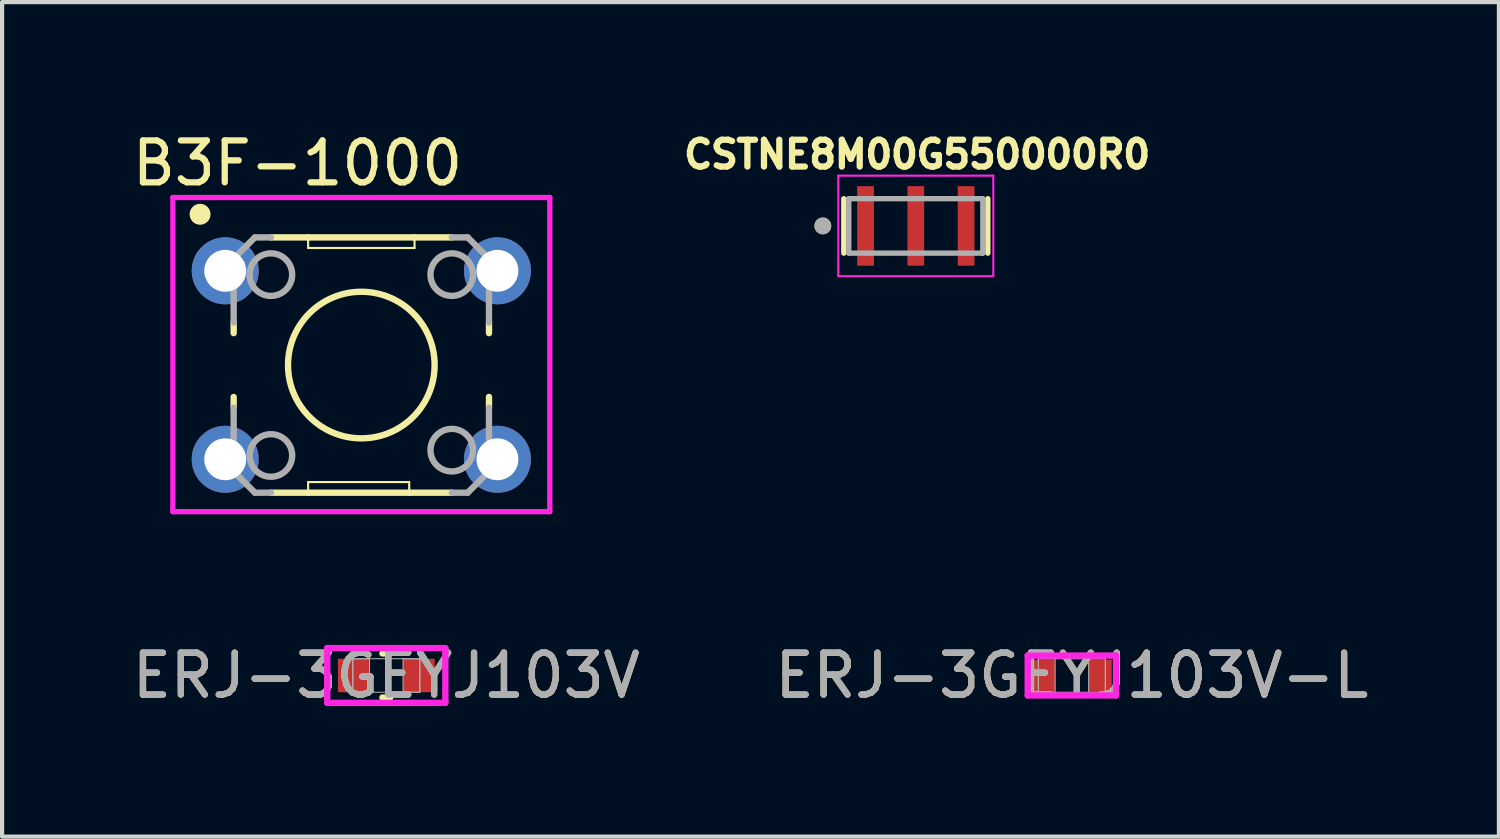
<source format=kicad_pcb>
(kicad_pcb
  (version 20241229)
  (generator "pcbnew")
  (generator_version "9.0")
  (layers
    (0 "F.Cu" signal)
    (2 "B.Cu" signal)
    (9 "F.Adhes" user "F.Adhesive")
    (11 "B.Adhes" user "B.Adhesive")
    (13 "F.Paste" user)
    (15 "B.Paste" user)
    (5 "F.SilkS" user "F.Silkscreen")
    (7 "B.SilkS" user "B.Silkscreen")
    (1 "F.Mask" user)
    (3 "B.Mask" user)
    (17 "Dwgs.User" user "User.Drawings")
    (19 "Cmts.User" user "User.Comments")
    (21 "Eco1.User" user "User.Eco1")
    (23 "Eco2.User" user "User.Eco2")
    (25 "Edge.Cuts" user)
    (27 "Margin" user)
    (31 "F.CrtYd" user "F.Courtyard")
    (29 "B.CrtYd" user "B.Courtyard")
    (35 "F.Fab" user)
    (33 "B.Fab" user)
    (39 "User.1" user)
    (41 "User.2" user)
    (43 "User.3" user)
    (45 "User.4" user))
  (footprint "ERJ-3GEYJ103V-L"
    (layer "F.Cu")
    (at 22.542 13.078)
    (property "Reference" "ERJ-3GEYJ103V-L" (at 0 0 0) (unlocked yes) (layer "F.SilkS") (effects (font (size 1 1) (thickness 0.15))))
    (attr smd)
    (fp_line (start -1.054 -0.476) (end 1.054 -0.476) (stroke (width 0.152) (type solid)) (layer "F.CrtYd"))
    (fp_line (start -1.054 0.476) (end -1.054 -0.476) (stroke (width 0.152) (type solid)) (layer "F.CrtYd"))
    (fp_line (start 1.054 -0.476) (end 1.054 0.476) (stroke (width 0.152) (type solid)) (layer "F.CrtYd"))
    (fp_line (start 1.054 0.476) (end -1.054 0.476) (stroke (width 0.152) (type solid)) (layer "F.CrtYd"))
    (fp_line (start -0.8 -0.4) (end -0.8 0.4) (stroke (width 0.025) (type solid)) (layer "F.Fab"))
    (fp_line (start -0.8 -0.4) (end -0.8 0.4) (stroke (width 0.025) (type solid)) (layer "F.Fab"))
    (fp_line (start -0.8 0.4) (end -0.4 0.4) (stroke (width 0.025) (type solid)) (layer "F.Fab"))
    (fp_line (start -0.8 0.4) (end 0.8 0.4) (stroke (width 0.025) (type solid)) (layer "F.Fab"))
    (fp_line (start -0.4 -0.4) (end -0.8 -0.4) (stroke (width 0.025) (type solid)) (layer "F.Fab"))
    (fp_line (start -0.4 0.4) (end -0.4 -0.4) (stroke (width 0.025) (type solid)) (layer "F.Fab"))
    (fp_line (start 0.4 -0.4) (end 0.4 0.4) (stroke (width 0.025) (type solid)) (layer "F.Fab"))
    (fp_line (start 0.4 0.4) (end 0.8 0.4) (stroke (width 0.025) (type solid)) (layer "F.Fab"))
    (fp_line (start 0.8 -0.4) (end -0.8 -0.4) (stroke (width 0.025) (type solid)) (layer "F.Fab"))
    (fp_line (start 0.8 -0.4) (end 0.4 -0.4) (stroke (width 0.025) (type solid)) (layer "F.Fab"))
    (fp_line (start 0.8 0.4) (end 0.8 -0.4) (stroke (width 0.025) (type solid)) (layer "F.Fab"))
    (fp_line (start 0.8 0.4) (end 0.8 -0.4) (stroke (width 0.025) (type solid)) (layer "F.Fab"))
    (fp_text user "${REFERENCE}" (at 0 0 0) (unlocked yes) (layer "F.Fab") (effects (font (size 1 1) (thickness 0.15))))
    (pad "1" smd rect (at -0.676 0) (size 0.552 0.749) (layers "F.Cu" "F.Mask" "F.Paste"))
    (pad "2" smd rect (at 0.676 0) (size 0.552 0.749) (layers "F.Cu" "F.Mask" "F.Paste"))
    (zone (net_name "") (layer "F.Cu") (hatch full 0.508) (connect_pads) (min_thickness 0.254) (filled_areas_thickness no) (keepout (tracks not_allowed) (vias not_allowed) (pads allowed) (copperpour not_allowed) (footprints allowed)) (placement (enabled no)) (fill) (polygon (pts (xy 22.192 12.729) (xy 22.891 12.729) (xy 22.891 13.427) (xy 22.192 13.427)))))
  (footprint "B3F-1000"
    (layer "F.Cu")
    (at 5.577 5.666)
    (property "Reference" "B3F-1000" (at -1.523 -4.818 0) (layer "F.SilkS") (effects (font (size 1 1) (thickness 0.15))))
    (attr through_hole)
    (fp_line (start -3.048 -0.762) (end -3.048 -1.016) (stroke (width 0.152) (type solid)) (layer "F.SilkS"))
    (fp_line (start -3.048 0.762) (end -3.048 1.016) (stroke (width 0.152) (type solid)) (layer "F.SilkS"))
    (fp_line (start -2.159 3.048) (end -1.27 3.048) (stroke (width 0.152) (type solid)) (layer "F.SilkS"))
    (fp_line (start -1.27 -3.048) (end -2.159 -3.048) (stroke (width 0.152) (type solid)) (layer "F.SilkS"))
    (fp_line (start -1.27 -3.048) (end -1.27 -2.794) (stroke (width 0.051) (type solid)) (layer "F.SilkS"))
    (fp_line (start -1.27 2.794) (end -1.27 3.048) (stroke (width 0.051) (type solid)) (layer "F.SilkS"))
    (fp_line (start -1.27 3.048) (end 1.143 3.048) (stroke (width 0.152) (type solid)) (layer "F.SilkS"))
    (fp_line (start 1.143 2.794) (end -1.27 2.794) (stroke (width 0.051) (type solid)) (layer "F.SilkS"))
    (fp_line (start 1.143 2.794) (end 1.143 3.048) (stroke (width 0.051) (type solid)) (layer "F.SilkS"))
    (fp_line (start 1.143 3.048) (end 2.159 3.048) (stroke (width 0.152) (type solid)) (layer "F.SilkS"))
    (fp_line (start 1.27 -3.048) (end -1.27 -3.048) (stroke (width 0.152) (type solid)) (layer "F.SilkS"))
    (fp_line (start 1.27 -2.794) (end -1.27 -2.794) (stroke (width 0.051) (type solid)) (layer "F.SilkS"))
    (fp_line (start 1.27 -2.794) (end 1.27 -3.048) (stroke (width 0.051) (type solid)) (layer "F.SilkS"))
    (fp_line (start 2.159 -3.048) (end 1.27 -3.048) (stroke (width 0.152) (type solid)) (layer "F.SilkS"))
    (fp_line (start 3.048 -0.762) (end 3.048 -1.016) (stroke (width 0.152) (type solid)) (layer "F.SilkS"))
    (fp_line (start 3.048 0.762) (end 3.048 1.016) (stroke (width 0.152) (type solid)) (layer "F.SilkS"))
    (fp_circle (center -3.85 -3.6) (end -3.6 -3.6) (stroke (width 0) (type solid)) (fill yes) (layer "F.SilkS"))
    (fp_circle (center 0 0) (end 1.75 0) (stroke (width 0.152) (type solid)) (fill no) (layer "F.SilkS"))
    (fp_line (start -4.5 -4) (end 4.5 -4) (stroke (width 0.127) (type solid)) (layer "F.CrtYd"))
    (fp_line (start -4.5 3.5) (end -4.5 -4) (stroke (width 0.127) (type solid)) (layer "F.CrtYd"))
    (fp_line (start 4.5 -4) (end 4.5 3.5) (stroke (width 0.127) (type solid)) (layer "F.CrtYd"))
    (fp_line (start 4.5 3.5) (end -4.5 3.5) (stroke (width 0.127) (type solid)) (layer "F.CrtYd"))
    (fp_line (start -3.048 -2.54) (end -3.048 -1.016) (stroke (width 0.152) (type solid)) (layer "F.Fab"))
    (fp_line (start -3.048 2.54) (end -3.048 1.016) (stroke (width 0.152) (type solid)) (layer "F.Fab"))
    (fp_line (start -2.54 -3.048) (end -3.048 -2.54) (stroke (width 0.152) (type solid)) (layer "F.Fab"))
    (fp_line (start -2.54 -3.048) (end -2.159 -3.048) (stroke (width 0.152) (type solid)) (layer "F.Fab"))
    (fp_line (start -2.54 3.048) (end -3.048 2.54) (stroke (width 0.152) (type solid)) (layer "F.Fab"))
    (fp_line (start -2.54 3.048) (end -2.159 3.048) (stroke (width 0.152) (type solid)) (layer "F.Fab"))
    (fp_line (start 2.54 -3.048) (end 2.159 -3.048) (stroke (width 0.152) (type solid)) (layer "F.Fab"))
    (fp_line (start 2.54 3.048) (end 2.159 3.048) (stroke (width 0.152) (type solid)) (layer "F.Fab"))
    (fp_line (start 2.54 3.048) (end 3.048 2.54) (stroke (width 0.152) (type solid)) (layer "F.Fab"))
    (fp_line (start 3.048 -2.54) (end 2.54 -3.048) (stroke (width 0.152) (type solid)) (layer "F.Fab"))
    (fp_line (start 3.048 -1.016) (end 3.048 -2.54) (stroke (width 0.152) (type solid)) (layer "F.Fab"))
    (fp_line (start 3.048 2.54) (end 3.048 1.016) (stroke (width 0.152) (type solid)) (layer "F.Fab"))
    (fp_circle (center -2.159 -2.159) (end -1.651 -2.159) (stroke (width 0.152) (type solid)) (fill no) (layer "F.Fab"))
    (fp_circle (center -2.159 2.159) (end -1.651 2.159) (stroke (width 0.152) (type solid)) (fill no) (layer "F.Fab"))
    (fp_circle (center 2.159 -2.159) (end 2.667 -2.159) (stroke (width 0.152) (type solid)) (fill no) (layer "F.Fab"))
    (fp_circle (center 2.159 2.032) (end 2.667 2.032) (stroke (width 0.152) (type solid)) (fill no) (layer "F.Fab"))
    (pad "1" thru_hole circle (at -3.25 -2.25) (size 1.6 1.6) (drill 1) (layers "*.Cu" "*.Mask"))
    (pad "2" thru_hole circle (at 3.25 -2.25) (size 1.6 1.6) (drill 1) (layers "*.Cu" "*.Mask"))
    (pad "3" thru_hole circle (at -3.25 2.25) (size 1.6 1.6) (drill 1) (layers "*.Cu" "*.Mask"))
    (pad "4" thru_hole circle (at 3.25 2.25) (size 1.6 1.6) (drill 1) (layers "*.Cu" "*.Mask")))
  (footprint "CSTNE8M00G550000R0"
    (layer "F.Cu")
    (at 18.816 2.344)
    (property "Reference" "CSTNE8M00G550000R0" (at 0.032 -1.706 0) (layer "F.SilkS") (effects (font (size 0.64 0.64) (thickness 0.15))))
    (attr smd)
    (fp_line (start -1.72 -0.65) (end -1.72 0.65) (stroke (width 0.127) (type solid)) (layer "F.SilkS"))
    (fp_line (start 1.72 -0.65) (end 1.72 0.65) (stroke (width 0.127) (type solid)) (layer "F.SilkS"))
    (fp_circle (center -2.22 0) (end -2.12 0) (stroke (width 0.2) (type solid)) (fill no) (layer "F.SilkS"))
    (fp_line (start -1.85 -1.2) (end 1.85 -1.2) (stroke (width 0.05) (type solid)) (layer "F.CrtYd"))
    (fp_line (start -1.85 1.2) (end -1.85 -1.2) (stroke (width 0.05) (type solid)) (layer "F.CrtYd"))
    (fp_line (start 1.85 -1.2) (end 1.85 1.2) (stroke (width 0.05) (type solid)) (layer "F.CrtYd"))
    (fp_line (start 1.85 1.2) (end -1.85 1.2) (stroke (width 0.05) (type solid)) (layer "F.CrtYd"))
    (fp_line (start -1.6 -0.65) (end -1.6 0.65) (stroke (width 0.127) (type solid)) (layer "F.Fab"))
    (fp_line (start -1.6 -0.65) (end 1.6 -0.65) (stroke (width 0.127) (type solid)) (layer "F.Fab"))
    (fp_line (start 1.6 -0.65) (end 1.6 0.65) (stroke (width 0.127) (type solid)) (layer "F.Fab"))
    (fp_line (start 1.6 0.65) (end -1.6 0.65) (stroke (width 0.127) (type solid)) (layer "F.Fab"))
    (fp_circle (center -2.22 0) (end -2.12 0) (stroke (width 0.2) (type solid)) (fill no) (layer "F.Fab"))
    (pad "1" smd rect (at -1.2 0) (size 0.4 1.9) (layers "F.Cu" "F.Mask" "F.Paste"))
    (pad "2" smd rect (at 0 0) (size 0.4 1.9) (layers "F.Cu" "F.Mask" "F.Paste"))
    (pad "3" smd rect (at 1.2 0) (size 0.4 1.9) (layers "F.Cu" "F.Mask" "F.Paste")))
  (footprint "ERJ-3GEYJ103V"
    (layer "F.Cu")
    (at 6.173 13.078)
    (property "Reference" "ERJ-3GEYJ103V" (at 0 0 0) (unlocked yes) (layer "F.SilkS") (effects (font (size 1 1) (thickness 0.15))))
    (attr smd)
    (fp_line (start -0.092 0.527) (end 0.092 0.527) (stroke (width 0.152) (type solid)) (layer "F.SilkS"))
    (fp_line (start 0.092 -0.527) (end -0.092 -0.527) (stroke (width 0.152) (type solid)) (layer "F.SilkS"))
    (fp_line (start -1.41 -0.654) (end 1.41 -0.654) (stroke (width 0.152) (type solid)) (layer "F.CrtYd"))
    (fp_line (start -1.41 0.654) (end -1.41 -0.654) (stroke (width 0.152) (type solid)) (layer "F.CrtYd"))
    (fp_line (start 1.41 -0.654) (end 1.41 0.654) (stroke (width 0.152) (type solid)) (layer "F.CrtYd"))
    (fp_line (start 1.41 0.654) (end -1.41 0.654) (stroke (width 0.152) (type solid)) (layer "F.CrtYd"))
    (fp_line (start -0.8 -0.4) (end -0.8 0.4) (stroke (width 0.025) (type solid)) (layer "F.Fab"))
    (fp_line (start -0.8 -0.4) (end -0.8 0.4) (stroke (width 0.025) (type solid)) (layer "F.Fab"))
    (fp_line (start -0.8 0.4) (end -0.4 0.4) (stroke (width 0.025) (type solid)) (layer "F.Fab"))
    (fp_line (start -0.8 0.4) (end 0.8 0.4) (stroke (width 0.025) (type solid)) (layer "F.Fab"))
    (fp_line (start -0.4 -0.4) (end -0.8 -0.4) (stroke (width 0.025) (type solid)) (layer "F.Fab"))
    (fp_line (start -0.4 0.4) (end -0.4 -0.4) (stroke (width 0.025) (type solid)) (layer "F.Fab"))
    (fp_line (start 0.4 -0.4) (end 0.4 0.4) (stroke (width 0.025) (type solid)) (layer "F.Fab"))
    (fp_line (start 0.4 0.4) (end 0.8 0.4) (stroke (width 0.025) (type solid)) (layer "F.Fab"))
    (fp_line (start 0.8 -0.4) (end -0.8 -0.4) (stroke (width 0.025) (type solid)) (layer "F.Fab"))
    (fp_line (start 0.8 -0.4) (end 0.4 -0.4) (stroke (width 0.025) (type solid)) (layer "F.Fab"))
    (fp_line (start 0.8 0.4) (end 0.8 -0.4) (stroke (width 0.025) (type solid)) (layer "F.Fab"))
    (fp_line (start 0.8 0.4) (end 0.8 -0.4) (stroke (width 0.025) (type solid)) (layer "F.Fab"))
    (fp_text user "${REFERENCE}" (at 0 0 0) (unlocked yes) (layer "F.Fab") (effects (font (size 1 1) (thickness 0.15))))
    (pad "1" smd rect (at -0.778 0) (size 0.756 0.8) (layers "F.Cu" "F.Mask" "F.Paste"))
    (pad "2" smd rect (at 0.778 0) (size 0.756 0.8) (layers "F.Cu" "F.Mask" "F.Paste"))
    (zone (net_name "") (layer "F.Cu") (hatch full 0.508) (connect_pads) (min_thickness 0.254) (filled_areas_thickness no) (keepout (tracks not_allowed) (vias not_allowed) (pads allowed) (copperpour not_allowed) (footprints allowed)) (placement (enabled no)) (fill) (polygon (pts (xy 5.823 12.729) (xy 6.522 12.729) (xy 6.522 13.427) (xy 5.823 13.427)))))
  (gr_rect
    (start -3 -3)
    (end 32.738 16.926)
    (stroke (width 0.1) (type default))
    (fill no)
    (layer "Edge.Cuts")))
</source>
